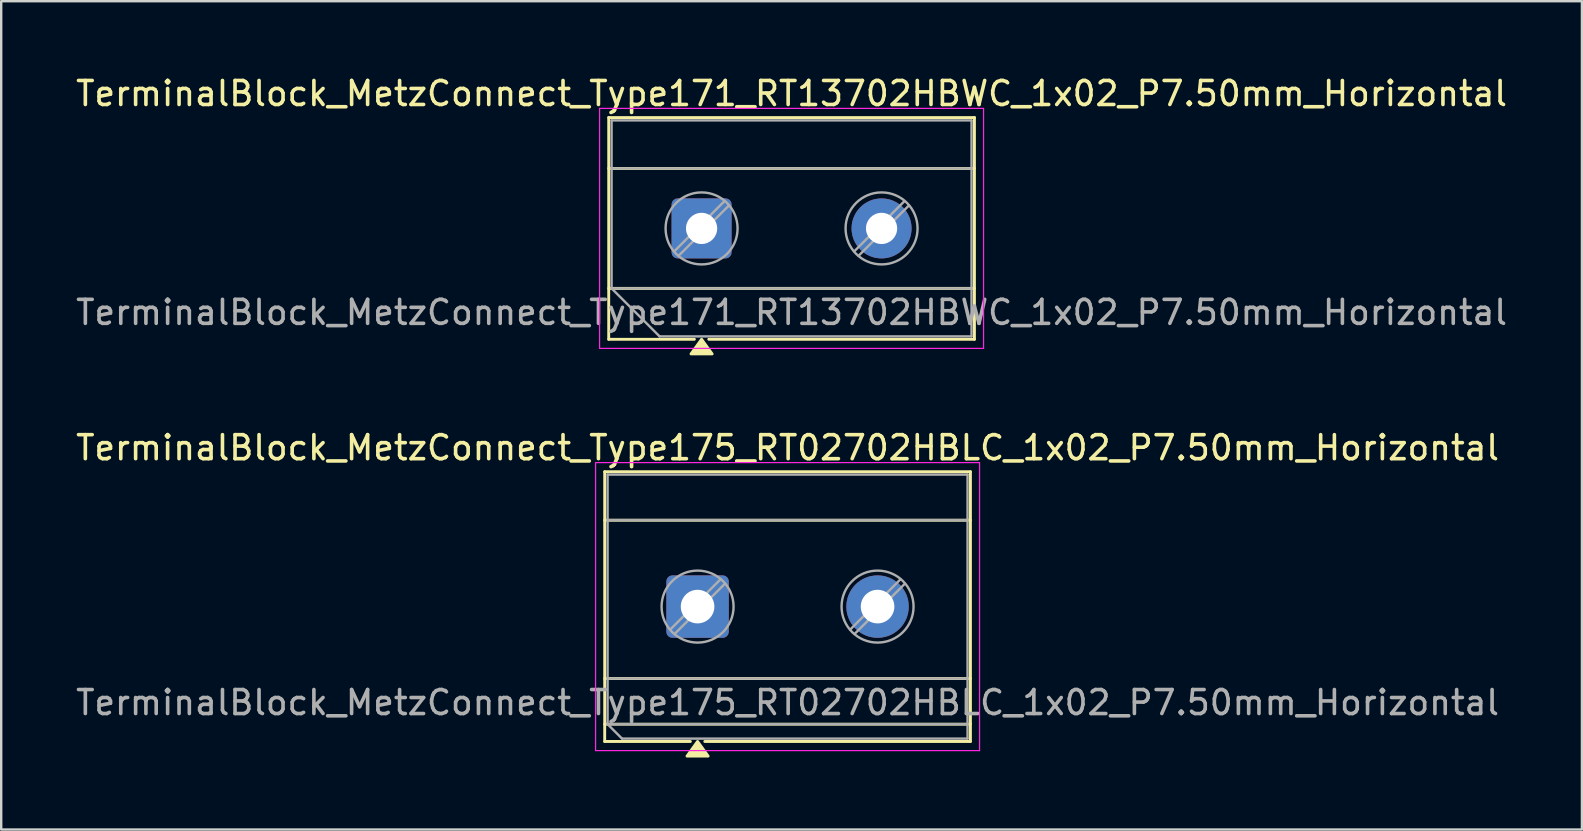
<source format=kicad_pcb>
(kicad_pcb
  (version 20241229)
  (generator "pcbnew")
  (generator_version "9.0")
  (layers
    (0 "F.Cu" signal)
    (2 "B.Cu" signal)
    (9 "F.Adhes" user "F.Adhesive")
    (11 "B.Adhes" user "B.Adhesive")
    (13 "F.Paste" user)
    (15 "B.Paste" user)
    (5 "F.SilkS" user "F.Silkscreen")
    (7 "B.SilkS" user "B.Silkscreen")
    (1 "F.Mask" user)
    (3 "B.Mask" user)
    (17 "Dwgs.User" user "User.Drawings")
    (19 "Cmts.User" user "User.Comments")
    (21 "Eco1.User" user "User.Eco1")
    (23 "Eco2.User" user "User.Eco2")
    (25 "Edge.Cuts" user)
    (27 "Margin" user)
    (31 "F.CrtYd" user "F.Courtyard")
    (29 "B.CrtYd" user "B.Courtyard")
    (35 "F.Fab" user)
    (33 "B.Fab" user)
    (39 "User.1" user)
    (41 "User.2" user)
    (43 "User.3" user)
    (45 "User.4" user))
  (footprint "TerminalBlock_MetzConnect_Type171_RT13702HBWC_1x02_P7.50mm_Horizontal"
    (layer "F.Cu")
    (at 26.185 6.468)
    (property "Reference" "TerminalBlock_MetzConnect_Type171_RT13702HBWC_1x02_P7.50mm_Horizontal" (at 3.75 -5.62 0) (layer "F.SilkS") (effects (font (size 1 1) (thickness 0.15))))
    (attr through_hole)
    (fp_line (start -3.87 -4.62) (end -3.87 4.62) (stroke (width 0.12) (type solid)) (layer "F.SilkS"))
    (fp_line (start -3.87 -4.62) (end 11.37 -4.62) (stroke (width 0.12) (type solid)) (layer "F.SilkS"))
    (fp_line (start -3.87 -2.5) (end 11.37 -2.5) (stroke (width 0.12) (type solid)) (layer "F.SilkS"))
    (fp_line (start -3.87 2.5) (end 11.37 2.5) (stroke (width 0.12) (type solid)) (layer "F.SilkS"))
    (fp_line (start -3.87 4.62) (end -0.3 4.62) (stroke (width 0.12) (type solid)) (layer "F.SilkS"))
    (fp_line (start 0.3 4.62) (end 11.37 4.62) (stroke (width 0.12) (type solid)) (layer "F.SilkS"))
    (fp_line (start 11.37 -4.62) (end 11.37 4.62) (stroke (width 0.12) (type solid)) (layer "F.SilkS"))
    (fp_poly (pts (xy 0 4.62) (xy 0.44 5.23) (xy -0.44 5.23)) (stroke (width 0.12) (type solid)) (fill yes) (layer "F.SilkS"))
    (fp_line (start -4.25 -5) (end -4.25 5) (stroke (width 0.05) (type solid)) (layer "F.CrtYd"))
    (fp_line (start -4.25 5) (end 11.75 5) (stroke (width 0.05) (type solid)) (layer "F.CrtYd"))
    (fp_line (start 11.75 -5) (end -4.25 -5) (stroke (width 0.05) (type solid)) (layer "F.CrtYd"))
    (fp_line (start 11.75 5) (end 11.75 -5) (stroke (width 0.05) (type solid)) (layer "F.CrtYd"))
    (fp_line (start -3.75 -4.5) (end 11.25 -4.5) (stroke (width 0.1) (type solid)) (layer "F.Fab"))
    (fp_line (start -3.75 -2.5) (end 11.25 -2.5) (stroke (width 0.1) (type solid)) (layer "F.Fab"))
    (fp_line (start -3.75 2.5) (end -3.75 -4.5) (stroke (width 0.1) (type solid)) (layer "F.Fab"))
    (fp_line (start -3.75 2.5) (end 11.25 2.5) (stroke (width 0.1) (type solid)) (layer "F.Fab"))
    (fp_line (start -1.75 4.5) (end -3.75 2.5) (stroke (width 0.1) (type solid)) (layer "F.Fab"))
    (fp_line (start 0.955 -1.138) (end -1.138 0.954) (stroke (width 0.1) (type solid)) (layer "F.Fab"))
    (fp_line (start 1.138 -0.954) (end -0.955 1.137) (stroke (width 0.1) (type solid)) (layer "F.Fab"))
    (fp_line (start 8.455 -1.138) (end 6.362 0.954) (stroke (width 0.1) (type solid)) (layer "F.Fab"))
    (fp_line (start 8.638 -0.954) (end 6.545 1.137) (stroke (width 0.1) (type solid)) (layer "F.Fab"))
    (fp_line (start 11.25 -4.5) (end 11.25 4.5) (stroke (width 0.1) (type solid)) (layer "F.Fab"))
    (fp_line (start 11.25 4.5) (end -1.75 4.5) (stroke (width 0.1) (type solid)) (layer "F.Fab"))
    (fp_circle (center 0 0) (end 1.5 0) (stroke (width 0.1) (type solid)) (fill no) (layer "F.Fab"))
    (fp_circle (center 7.5 0) (end 9 0) (stroke (width 0.1) (type solid)) (fill no) (layer "F.Fab"))
    (fp_text user "${REFERENCE}" (at 3.75 3.5 0) (layer "F.Fab") (effects (font (size 1 1) (thickness 0.15))))
    (pad "1" thru_hole roundrect (at 0 0) (size 2.5 2.5) (drill 1.3) (layers "*.Cu" "*.Mask") (roundrect_rratio 0.1))
    (pad "2" thru_hole circle (at 7.5 0) (size 2.5 2.5) (drill 1.3) (layers "*.Cu" "*.Mask")))
  (footprint "TerminalBlock_MetzConnect_Type175_RT02702HBLC_1x02_P7.50mm_Horizontal"
    (layer "F.Cu")
    (at 26.018 22.227)
    (property "Reference" "TerminalBlock_MetzConnect_Type175_RT02702HBLC_1x02_P7.50mm_Horizontal" (at 3.75 -6.62 0) (layer "F.SilkS") (effects (font (size 1 1) (thickness 0.15))))
    (attr through_hole)
    (fp_line (start -3.87 -5.62) (end -3.87 5.62) (stroke (width 0.12) (type solid)) (layer "F.SilkS"))
    (fp_line (start -3.87 -5.62) (end 11.37 -5.62) (stroke (width 0.12) (type solid)) (layer "F.SilkS"))
    (fp_line (start -3.87 -3.6) (end 11.37 -3.6) (stroke (width 0.12) (type solid)) (layer "F.SilkS"))
    (fp_line (start -3.87 3) (end 11.37 3) (stroke (width 0.12) (type solid)) (layer "F.SilkS"))
    (fp_line (start -3.87 4.9) (end 11.37 4.9) (stroke (width 0.12) (type solid)) (layer "F.SilkS"))
    (fp_line (start -3.87 5.62) (end -0.3 5.62) (stroke (width 0.12) (type solid)) (layer "F.SilkS"))
    (fp_line (start 0.3 5.62) (end 11.37 5.62) (stroke (width 0.12) (type solid)) (layer "F.SilkS"))
    (fp_line (start 11.37 -5.62) (end 11.37 5.62) (stroke (width 0.12) (type solid)) (layer "F.SilkS"))
    (fp_poly (pts (xy 0 5.62) (xy 0.44 6.23) (xy -0.44 6.23)) (stroke (width 0.12) (type solid)) (fill yes) (layer "F.SilkS"))
    (fp_line (start -4.25 -6) (end -4.25 6) (stroke (width 0.05) (type solid)) (layer "F.CrtYd"))
    (fp_line (start -4.25 6) (end 11.75 6) (stroke (width 0.05) (type solid)) (layer "F.CrtYd"))
    (fp_line (start 11.75 -6) (end -4.25 -6) (stroke (width 0.05) (type solid)) (layer "F.CrtYd"))
    (fp_line (start 11.75 6) (end 11.75 -6) (stroke (width 0.05) (type solid)) (layer "F.CrtYd"))
    (fp_line (start -3.75 -5.5) (end 11.25 -5.5) (stroke (width 0.1) (type solid)) (layer "F.Fab"))
    (fp_line (start -3.75 -3.6) (end 11.25 -3.6) (stroke (width 0.1) (type solid)) (layer "F.Fab"))
    (fp_line (start -3.75 3) (end 11.25 3) (stroke (width 0.1) (type solid)) (layer "F.Fab"))
    (fp_line (start -3.75 4.9) (end -3.75 -5.5) (stroke (width 0.1) (type solid)) (layer "F.Fab"))
    (fp_line (start -3.75 4.9) (end 11.25 4.9) (stroke (width 0.1) (type solid)) (layer "F.Fab"))
    (fp_line (start -3.15 5.5) (end -3.75 4.9) (stroke (width 0.1) (type solid)) (layer "F.Fab"))
    (fp_line (start 0.955 -1.138) (end -1.138 0.954) (stroke (width 0.1) (type solid)) (layer "F.Fab"))
    (fp_line (start 1.138 -0.954) (end -0.955 1.137) (stroke (width 0.1) (type solid)) (layer "F.Fab"))
    (fp_line (start 8.455 -1.138) (end 6.362 0.954) (stroke (width 0.1) (type solid)) (layer "F.Fab"))
    (fp_line (start 8.638 -0.954) (end 6.545 1.137) (stroke (width 0.1) (type solid)) (layer "F.Fab"))
    (fp_line (start 11.25 -5.5) (end 11.25 5.5) (stroke (width 0.1) (type solid)) (layer "F.Fab"))
    (fp_line (start 11.25 5.5) (end -3.15 5.5) (stroke (width 0.1) (type solid)) (layer "F.Fab"))
    (fp_circle (center 0 0) (end 1.5 0) (stroke (width 0.1) (type solid)) (fill no) (layer "F.Fab"))
    (fp_circle (center 7.5 0) (end 9 0) (stroke (width 0.1) (type solid)) (fill no) (layer "F.Fab"))
    (fp_text user "${REFERENCE}" (at 3.75 4 0) (layer "F.Fab") (effects (font (size 1 1) (thickness 0.15))))
    (pad "1" thru_hole roundrect (at 0 0) (size 2.6 2.6) (drill 1.4) (layers "*.Cu" "*.Mask") (roundrect_rratio 0.096))
    (pad "2" thru_hole circle (at 7.5 0) (size 2.6 2.6) (drill 1.4) (layers "*.Cu" "*.Mask")))
  (gr_rect
    (start -3 -3)
    (end 62.869 31.517)
    (stroke (width 0.1) (type default))
    (fill no)
    (layer "Edge.Cuts")))
</source>
